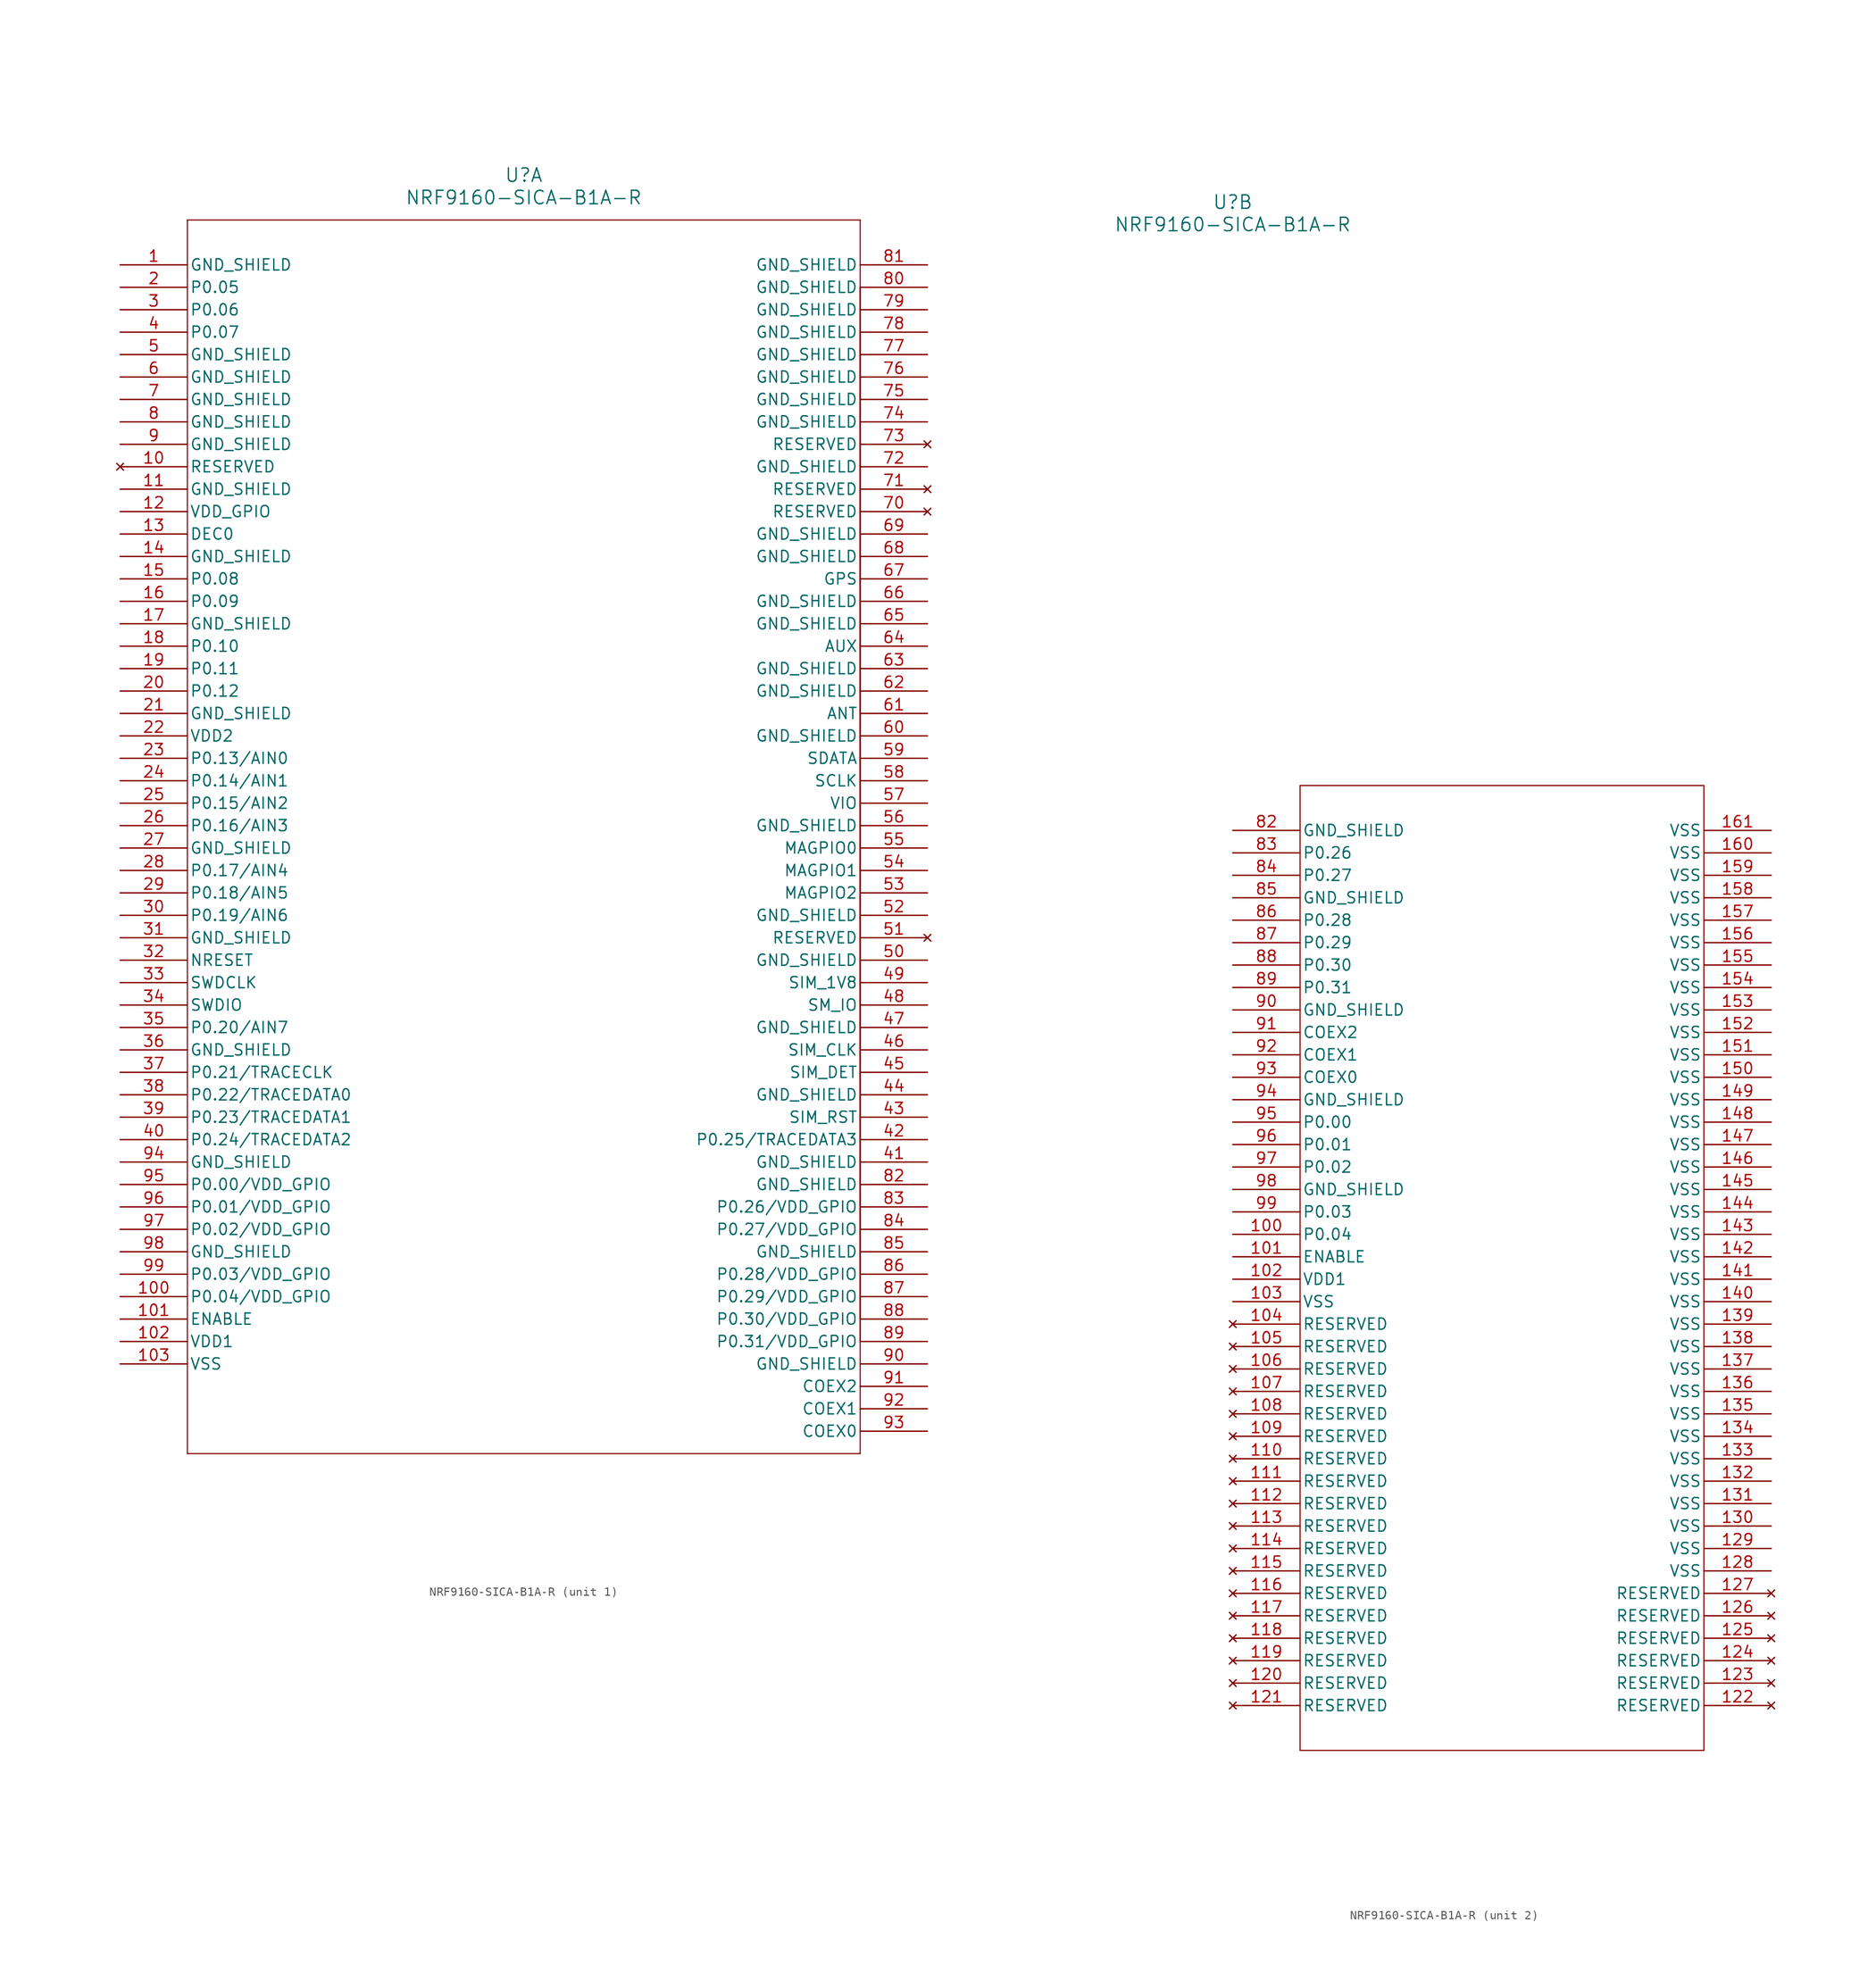
<source format=kicad_sym>
(kicad_symbol_lib
  (version 20220914)
  (generator kicad_symbol_editor)
  (symbol "NRF9160-SICA-B1A-R"
    (pin_names
      (offset 0.254))
    (property "Reference" "U"
      (at 0 71.12 0)
      (effects (font (size 1.524 1.524))))
    (property "Value" "NRF9160-SICA-B1A-R"
      (at 0 68.58 0)
      (effects (font (size 1.524 1.524))))
    (property "ki_locked" ""
      (at 0 0 0)
      (effects (font (size 1.27 1.27))))
    (symbol "NRF9160-SICA-B1A-R_1_1"
      (polyline (pts (xy -38.1 -73.66) (xy 38.1 -73.66)) (stroke (width 0.127) (type default)) (fill (type none)))
      (polyline (pts (xy -38.1 66.04) (xy -38.1 -73.66)) (stroke (width 0.127) (type default)) (fill (type none)))
      (polyline (pts (xy 38.1 -73.66) (xy 38.1 45.72)) (stroke (width 0.127) (type default)) (fill (type none)))
      (polyline (pts (xy 38.1 -60.96) (xy 38.1 50.8)) (stroke (width 0.127) (type default)) (fill (type none)))
      (polyline (pts (xy 38.1 -58.42) (xy 38.1 53.34)) (stroke (width 0.127) (type default)) (fill (type none)))
      (polyline (pts (xy 38.1 -58.42) (xy 38.1 53.34)) (stroke (width 0.127) (type default)) (fill (type none)))
      (polyline (pts (xy 38.1 -53.34) (xy 38.1 58.42)) (stroke (width 0.127) (type default)) (fill (type none)))
      (polyline (pts (xy 38.1 -53.34) (xy 38.1 58.42)) (stroke (width 0.127) (type default)) (fill (type none)))
      (polyline (pts (xy 38.1 -45.72) (xy 38.1 66.04)) (stroke (width 0.127) (type default)) (fill (type none)))
      (polyline (pts (xy 38.1 66.04) (xy -38.1 66.04)) (stroke (width 0.127) (type default)) (fill (type none)))
      (pin power_out line (at -45.72 60.96 0) (length 7.62) (name "GND_SHIELD" (effects (font (size 1.27 1.27)))) (number "1" (effects (font (size 1.27 1.27)))))
      (pin no_connect line (at -45.72 38.1 0) (length 7.62) (name "RESERVED" (effects (font (size 1.27 1.27)))) (number "10" (effects (font (size 1.27 1.27)))))
      (pin bidirectional line (at -45.72 -55.88 0) (length 7.62) (name "P0.04/VDD_GPIO" (effects (font (size 1.27 1.27)))) (number "100" (effects (font (size 1.27 1.27)))))
      (pin bidirectional line (at -45.72 -58.42 0) (length 7.62) (name "ENABLE" (effects (font (size 1.27 1.27)))) (number "101" (effects (font (size 1.27 1.27)))))
      (pin bidirectional line (at -45.72 -60.96 0) (length 7.62) (name "VDD1" (effects (font (size 1.27 1.27)))) (number "102" (effects (font (size 1.27 1.27)))))
      (pin bidirectional line (at -45.72 -63.5 0) (length 7.62) (name "VSS" (effects (font (size 1.27 1.27)))) (number "103" (effects (font (size 1.27 1.27)))))
      (pin power_out line (at -45.72 35.56 0) (length 7.62) (name "GND_SHIELD" (effects (font (size 1.27 1.27)))) (number "11" (effects (font (size 1.27 1.27)))))
      (pin power_in line (at -45.72 33.02 0) (length 7.62) (name "VDD_GPIO" (effects (font (size 1.27 1.27)))) (number "12" (effects (font (size 1.27 1.27)))))
      (pin power_in line (at -45.72 30.48 0) (length 7.62) (name "DEC0" (effects (font (size 1.27 1.27)))) (number "13" (effects (font (size 1.27 1.27)))))
      (pin power_out line (at -45.72 27.94 0) (length 7.62) (name "GND_SHIELD" (effects (font (size 1.27 1.27)))) (number "14" (effects (font (size 1.27 1.27)))))
      (pin bidirectional line (at -45.72 25.4 0) (length 7.62) (name "P0.08" (effects (font (size 1.27 1.27)))) (number "15" (effects (font (size 1.27 1.27)))))
      (pin bidirectional line (at -45.72 22.86 0) (length 7.62) (name "P0.09" (effects (font (size 1.27 1.27)))) (number "16" (effects (font (size 1.27 1.27)))))
      (pin power_out line (at -45.72 20.32 0) (length 7.62) (name "GND_SHIELD" (effects (font (size 1.27 1.27)))) (number "17" (effects (font (size 1.27 1.27)))))
      (pin bidirectional line (at -45.72 17.78 0) (length 7.62) (name "P0.10" (effects (font (size 1.27 1.27)))) (number "18" (effects (font (size 1.27 1.27)))))
      (pin bidirectional line (at -45.72 15.24 0) (length 7.62) (name "P0.11" (effects (font (size 1.27 1.27)))) (number "19" (effects (font (size 1.27 1.27)))))
      (pin bidirectional line (at -45.72 58.42 0) (length 7.62) (name "P0.05" (effects (font (size 1.27 1.27)))) (number "2" (effects (font (size 1.27 1.27)))))
      (pin bidirectional line (at -45.72 12.7 0) (length 7.62) (name "P0.12" (effects (font (size 1.27 1.27)))) (number "20" (effects (font (size 1.27 1.27)))))
      (pin power_out line (at -45.72 10.16 0) (length 7.62) (name "GND_SHIELD" (effects (font (size 1.27 1.27)))) (number "21" (effects (font (size 1.27 1.27)))))
      (pin power_in line (at -45.72 7.62 0) (length 7.62) (name "VDD2" (effects (font (size 1.27 1.27)))) (number "22" (effects (font (size 1.27 1.27)))))
      (pin bidirectional line (at -45.72 5.08 0) (length 7.62) (name "P0.13/AIN0" (effects (font (size 1.27 1.27)))) (number "23" (effects (font (size 1.27 1.27)))))
      (pin bidirectional line (at -45.72 2.54 0) (length 7.62) (name "P0.14/AIN1" (effects (font (size 1.27 1.27)))) (number "24" (effects (font (size 1.27 1.27)))))
      (pin bidirectional line (at -45.72 0 0) (length 7.62) (name "P0.15/AIN2" (effects (font (size 1.27 1.27)))) (number "25" (effects (font (size 1.27 1.27)))))
      (pin bidirectional line (at -45.72 -2.54 0) (length 7.62) (name "P0.16/AIN3" (effects (font (size 1.27 1.27)))) (number "26" (effects (font (size 1.27 1.27)))))
      (pin power_out line (at -45.72 -5.08 0) (length 7.62) (name "GND_SHIELD" (effects (font (size 1.27 1.27)))) (number "27" (effects (font (size 1.27 1.27)))))
      (pin bidirectional line (at -45.72 -7.62 0) (length 7.62) (name "P0.17/AIN4" (effects (font (size 1.27 1.27)))) (number "28" (effects (font (size 1.27 1.27)))))
      (pin bidirectional line (at -45.72 -10.16 0) (length 7.62) (name "P0.18/AIN5" (effects (font (size 1.27 1.27)))) (number "29" (effects (font (size 1.27 1.27)))))
      (pin bidirectional line (at -45.72 55.88 0) (length 7.62) (name "P0.06" (effects (font (size 1.27 1.27)))) (number "3" (effects (font (size 1.27 1.27)))))
      (pin bidirectional line (at -45.72 -12.7 0) (length 7.62) (name "P0.19/AIN6" (effects (font (size 1.27 1.27)))) (number "30" (effects (font (size 1.27 1.27)))))
      (pin power_out line (at -45.72 -15.24 0) (length 7.62) (name "GND_SHIELD" (effects (font (size 1.27 1.27)))) (number "31" (effects (font (size 1.27 1.27)))))
      (pin bidirectional line (at -45.72 -17.78 0) (length 7.62) (name "NRESET" (effects (font (size 1.27 1.27)))) (number "32" (effects (font (size 1.27 1.27)))))
      (pin input line (at -45.72 -20.32 0) (length 7.62) (name "SWDCLK" (effects (font (size 1.27 1.27)))) (number "33" (effects (font (size 1.27 1.27)))))
      (pin bidirectional line (at -45.72 -22.86 0) (length 7.62) (name "SWDIO" (effects (font (size 1.27 1.27)))) (number "34" (effects (font (size 1.27 1.27)))))
      (pin bidirectional line (at -45.72 -25.4 0) (length 7.62) (name "P0.20/AIN7" (effects (font (size 1.27 1.27)))) (number "35" (effects (font (size 1.27 1.27)))))
      (pin power_out line (at -45.72 -27.94 0) (length 7.62) (name "GND_SHIELD" (effects (font (size 1.27 1.27)))) (number "36" (effects (font (size 1.27 1.27)))))
      (pin bidirectional line (at -45.72 -30.48 0) (length 7.62) (name "P0.21/TRACECLK" (effects (font (size 1.27 1.27)))) (number "37" (effects (font (size 1.27 1.27)))))
      (pin bidirectional line (at -45.72 -33.02 0) (length 7.62) (name "P0.22/TRACEDATA0" (effects (font (size 1.27 1.27)))) (number "38" (effects (font (size 1.27 1.27)))))
      (pin bidirectional line (at -45.72 -35.56 0) (length 7.62) (name "P0.23/TRACEDATA1" (effects (font (size 1.27 1.27)))) (number "39" (effects (font (size 1.27 1.27)))))
      (pin bidirectional line (at -45.72 53.34 0) (length 7.62) (name "P0.07" (effects (font (size 1.27 1.27)))) (number "4" (effects (font (size 1.27 1.27)))))
      (pin bidirectional line (at -45.72 -38.1 0) (length 7.62) (name "P0.24/TRACEDATA2" (effects (font (size 1.27 1.27)))) (number "40" (effects (font (size 1.27 1.27)))))
      (pin power_out line (at 45.72 -40.64 180) (length 7.62) (name "GND_SHIELD" (effects (font (size 1.27 1.27)))) (number "41" (effects (font (size 1.27 1.27)))))
      (pin bidirectional line (at 45.72 -38.1 180) (length 7.62) (name "P0.25/TRACEDATA3" (effects (font (size 1.27 1.27)))) (number "42" (effects (font (size 1.27 1.27)))))
      (pin bidirectional line (at 45.72 -35.56 180) (length 7.62) (name "SIM_RST" (effects (font (size 1.27 1.27)))) (number "43" (effects (font (size 1.27 1.27)))))
      (pin power_out line (at 45.72 -33.02 180) (length 7.62) (name "GND_SHIELD" (effects (font (size 1.27 1.27)))) (number "44" (effects (font (size 1.27 1.27)))))
      (pin bidirectional line (at 45.72 -30.48 180) (length 7.62) (name "SIM_DET" (effects (font (size 1.27 1.27)))) (number "45" (effects (font (size 1.27 1.27)))))
      (pin bidirectional line (at 45.72 -27.94 180) (length 7.62) (name "SIM_CLK" (effects (font (size 1.27 1.27)))) (number "46" (effects (font (size 1.27 1.27)))))
      (pin power_out line (at 45.72 -25.4 180) (length 7.62) (name "GND_SHIELD" (effects (font (size 1.27 1.27)))) (number "47" (effects (font (size 1.27 1.27)))))
      (pin bidirectional line (at 45.72 -22.86 180) (length 7.62) (name "SM_IO" (effects (font (size 1.27 1.27)))) (number "48" (effects (font (size 1.27 1.27)))))
      (pin power_in line (at 45.72 -20.32 180) (length 7.62) (name "SIM_1V8" (effects (font (size 1.27 1.27)))) (number "49" (effects (font (size 1.27 1.27)))))
      (pin power_out line (at -45.72 50.8 0) (length 7.62) (name "GND_SHIELD" (effects (font (size 1.27 1.27)))) (number "5" (effects (font (size 1.27 1.27)))))
      (pin power_out line (at 45.72 -17.78 180) (length 7.62) (name "GND_SHIELD" (effects (font (size 1.27 1.27)))) (number "50" (effects (font (size 1.27 1.27)))))
      (pin no_connect line (at 45.72 -15.24 180) (length 7.62) (name "RESERVED" (effects (font (size 1.27 1.27)))) (number "51" (effects (font (size 1.27 1.27)))))
      (pin power_out line (at 45.72 -12.7 180) (length 7.62) (name "GND_SHIELD" (effects (font (size 1.27 1.27)))) (number "52" (effects (font (size 1.27 1.27)))))
      (pin bidirectional line (at 45.72 -10.16 180) (length 7.62) (name "MAGPIO2" (effects (font (size 1.27 1.27)))) (number "53" (effects (font (size 1.27 1.27)))))
      (pin bidirectional line (at 45.72 -7.62 180) (length 7.62) (name "MAGPIO1" (effects (font (size 1.27 1.27)))) (number "54" (effects (font (size 1.27 1.27)))))
      (pin bidirectional line (at 45.72 -5.08 180) (length 7.62) (name "MAGPIO0" (effects (font (size 1.27 1.27)))) (number "55" (effects (font (size 1.27 1.27)))))
      (pin power_out line (at 45.72 -2.54 180) (length 7.62) (name "GND_SHIELD" (effects (font (size 1.27 1.27)))) (number "56" (effects (font (size 1.27 1.27)))))
      (pin power_in line (at 45.72 0 180) (length 7.62) (name "VIO" (effects (font (size 1.27 1.27)))) (number "57" (effects (font (size 1.27 1.27)))))
      (pin bidirectional line (at 45.72 2.54 180) (length 7.62) (name "SCLK" (effects (font (size 1.27 1.27)))) (number "58" (effects (font (size 1.27 1.27)))))
      (pin bidirectional line (at 45.72 5.08 180) (length 7.62) (name "SDATA" (effects (font (size 1.27 1.27)))) (number "59" (effects (font (size 1.27 1.27)))))
      (pin power_out line (at -45.72 48.26 0) (length 7.62) (name "GND_SHIELD" (effects (font (size 1.27 1.27)))) (number "6" (effects (font (size 1.27 1.27)))))
      (pin power_out line (at 45.72 7.62 180) (length 7.62) (name "GND_SHIELD" (effects (font (size 1.27 1.27)))) (number "60" (effects (font (size 1.27 1.27)))))
      (pin unspecified line (at 45.72 10.16 180) (length 7.62) (name "ANT" (effects (font (size 1.27 1.27)))) (number "61" (effects (font (size 1.27 1.27)))))
      (pin power_out line (at 45.72 12.7 180) (length 7.62) (name "GND_SHIELD" (effects (font (size 1.27 1.27)))) (number "62" (effects (font (size 1.27 1.27)))))
      (pin power_out line (at 45.72 15.24 180) (length 7.62) (name "GND_SHIELD" (effects (font (size 1.27 1.27)))) (number "63" (effects (font (size 1.27 1.27)))))
      (pin unspecified line (at 45.72 17.78 180) (length 7.62) (name "AUX" (effects (font (size 1.27 1.27)))) (number "64" (effects (font (size 1.27 1.27)))))
      (pin power_out line (at 45.72 20.32 180) (length 7.62) (name "GND_SHIELD" (effects (font (size 1.27 1.27)))) (number "65" (effects (font (size 1.27 1.27)))))
      (pin power_out line (at 45.72 22.86 180) (length 7.62) (name "GND_SHIELD" (effects (font (size 1.27 1.27)))) (number "66" (effects (font (size 1.27 1.27)))))
      (pin unspecified line (at 45.72 25.4 180) (length 7.62) (name "GPS" (effects (font (size 1.27 1.27)))) (number "67" (effects (font (size 1.27 1.27)))))
      (pin power_out line (at 45.72 27.94 180) (length 7.62) (name "GND_SHIELD" (effects (font (size 1.27 1.27)))) (number "68" (effects (font (size 1.27 1.27)))))
      (pin power_out line (at 45.72 30.48 180) (length 7.62) (name "GND_SHIELD" (effects (font (size 1.27 1.27)))) (number "69" (effects (font (size 1.27 1.27)))))
      (pin power_out line (at -45.72 45.72 0) (length 7.62) (name "GND_SHIELD" (effects (font (size 1.27 1.27)))) (number "7" (effects (font (size 1.27 1.27)))))
      (pin no_connect line (at 45.72 33.02 180) (length 7.62) (name "RESERVED" (effects (font (size 1.27 1.27)))) (number "70" (effects (font (size 1.27 1.27)))))
      (pin no_connect line (at 45.72 35.56 180) (length 7.62) (name "RESERVED" (effects (font (size 1.27 1.27)))) (number "71" (effects (font (size 1.27 1.27)))))
      (pin power_out line (at 45.72 38.1 180) (length 7.62) (name "GND_SHIELD" (effects (font (size 1.27 1.27)))) (number "72" (effects (font (size 1.27 1.27)))))
      (pin no_connect line (at 45.72 40.64 180) (length 7.62) (name "RESERVED" (effects (font (size 1.27 1.27)))) (number "73" (effects (font (size 1.27 1.27)))))
      (pin power_out line (at 45.72 43.18 180) (length 7.62) (name "GND_SHIELD" (effects (font (size 1.27 1.27)))) (number "74" (effects (font (size 1.27 1.27)))))
      (pin power_out line (at 45.72 45.72 180) (length 7.62) (name "GND_SHIELD" (effects (font (size 1.27 1.27)))) (number "75" (effects (font (size 1.27 1.27)))))
      (pin power_out line (at 45.72 48.26 180) (length 7.62) (name "GND_SHIELD" (effects (font (size 1.27 1.27)))) (number "76" (effects (font (size 1.27 1.27)))))
      (pin power_out line (at 45.72 50.8 180) (length 7.62) (name "GND_SHIELD" (effects (font (size 1.27 1.27)))) (number "77" (effects (font (size 1.27 1.27)))))
      (pin power_out line (at 45.72 53.34 180) (length 7.62) (name "GND_SHIELD" (effects (font (size 1.27 1.27)))) (number "78" (effects (font (size 1.27 1.27)))))
      (pin power_out line (at 45.72 55.88 180) (length 7.62) (name "GND_SHIELD" (effects (font (size 1.27 1.27)))) (number "79" (effects (font (size 1.27 1.27)))))
      (pin power_out line (at -45.72 43.18 0) (length 7.62) (name "GND_SHIELD" (effects (font (size 1.27 1.27)))) (number "8" (effects (font (size 1.27 1.27)))))
      (pin power_out line (at 45.72 58.42 180) (length 7.62) (name "GND_SHIELD" (effects (font (size 1.27 1.27)))) (number "80" (effects (font (size 1.27 1.27)))))
      (pin power_out line (at 45.72 60.96 180) (length 7.62) (name "GND_SHIELD" (effects (font (size 1.27 1.27)))) (number "81" (effects (font (size 1.27 1.27)))))
      (pin power_out line (at 45.72 -43.18 180) (length 7.62) (name "GND_SHIELD" (effects (font (size 1.27 1.27)))) (number "82" (effects (font (size 1.27 1.27)))))
      (pin bidirectional line (at 45.72 -45.72 180) (length 7.62) (name "P0.26/VDD_GPIO" (effects (font (size 1.27 1.27)))) (number "83" (effects (font (size 1.27 1.27)))))
      (pin bidirectional line (at 45.72 -48.26 180) (length 7.62) (name "P0.27/VDD_GPIO" (effects (font (size 1.27 1.27)))) (number "84" (effects (font (size 1.27 1.27)))))
      (pin power_out line (at 45.72 -50.8 180) (length 7.62) (name "GND_SHIELD" (effects (font (size 1.27 1.27)))) (number "85" (effects (font (size 1.27 1.27)))))
      (pin bidirectional line (at 45.72 -53.34 180) (length 7.62) (name "P0.28/VDD_GPIO" (effects (font (size 1.27 1.27)))) (number "86" (effects (font (size 1.27 1.27)))))
      (pin bidirectional line (at 45.72 -55.88 180) (length 7.62) (name "P0.29/VDD_GPIO" (effects (font (size 1.27 1.27)))) (number "87" (effects (font (size 1.27 1.27)))))
      (pin bidirectional line (at 45.72 -58.42 180) (length 7.62) (name "P0.30/VDD_GPIO" (effects (font (size 1.27 1.27)))) (number "88" (effects (font (size 1.27 1.27)))))
      (pin bidirectional line (at 45.72 -60.96 180) (length 7.62) (name "P0.31/VDD_GPIO" (effects (font (size 1.27 1.27)))) (number "89" (effects (font (size 1.27 1.27)))))
      (pin power_out line (at -45.72 40.64 0) (length 7.62) (name "GND_SHIELD" (effects (font (size 1.27 1.27)))) (number "9" (effects (font (size 1.27 1.27)))))
      (pin power_out line (at 45.72 -63.5 180) (length 7.62) (name "GND_SHIELD" (effects (font (size 1.27 1.27)))) (number "90" (effects (font (size 1.27 1.27)))))
      (pin bidirectional line (at 45.72 -66.04 180) (length 7.62) (name "COEX2" (effects (font (size 1.27 1.27)))) (number "91" (effects (font (size 1.27 1.27)))))
      (pin bidirectional line (at 45.72 -68.58 180) (length 7.62) (name "COEX1" (effects (font (size 1.27 1.27)))) (number "92" (effects (font (size 1.27 1.27)))))
      (pin bidirectional line (at 45.72 -71.12 180) (length 7.62) (name "COEX0" (effects (font (size 1.27 1.27)))) (number "93" (effects (font (size 1.27 1.27)))))
      (pin power_out line (at -45.72 -40.64 0) (length 7.62) (name "GND_SHIELD" (effects (font (size 1.27 1.27)))) (number "94" (effects (font (size 1.27 1.27)))))
      (pin bidirectional line (at -45.72 -43.18 0) (length 7.62) (name "P0.00/VDD_GPIO" (effects (font (size 1.27 1.27)))) (number "95" (effects (font (size 1.27 1.27)))))
      (pin bidirectional line (at -45.72 -45.72 0) (length 7.62) (name "P0.01/VDD_GPIO" (effects (font (size 1.27 1.27)))) (number "96" (effects (font (size 1.27 1.27)))))
      (pin bidirectional line (at -45.72 -48.26 0) (length 7.62) (name "P0.02/VDD_GPIO" (effects (font (size 1.27 1.27)))) (number "97" (effects (font (size 1.27 1.27)))))
      (pin power_out line (at -45.72 -50.8 0) (length 7.62) (name "GND_SHIELD" (effects (font (size 1.27 1.27)))) (number "98" (effects (font (size 1.27 1.27)))))
      (pin bidirectional line (at -45.72 -53.34 0) (length 7.62) (name "P0.03/VDD_GPIO" (effects (font (size 1.27 1.27)))) (number "99" (effects (font (size 1.27 1.27))))))
    (symbol "NRF9160-SICA-B1A-R_2_1"
      (polyline (pts (xy 7.62 -104.14) (xy 53.34 -104.14)) (stroke (width 0.127) (type default)) (fill (type none)))
      (polyline (pts (xy 7.62 5.08) (xy 7.62 -104.14)) (stroke (width 0.127) (type default)) (fill (type none)))
      (polyline (pts (xy 53.34 -104.14) (xy 53.34 5.08)) (stroke (width 0.127) (type default)) (fill (type none)))
      (polyline (pts (xy 53.34 5.08) (xy 7.62 5.08)) (stroke (width 0.127) (type default)) (fill (type none)))
      (pin bidirectional line (at 0 -45.72 0) (length 7.62) (name "P0.04" (effects (font (size 1.27 1.27)))) (number "100" (effects (font (size 1.27 1.27)))))
      (pin input line (at 0 -48.26 0) (length 7.62) (name "ENABLE" (effects (font (size 1.27 1.27)))) (number "101" (effects (font (size 1.27 1.27)))))
      (pin power_in line (at 0 -50.8 0) (length 7.62) (name "VDD1" (effects (font (size 1.27 1.27)))) (number "102" (effects (font (size 1.27 1.27)))))
      (pin power_out line (at 0 -53.34 0) (length 7.62) (name "VSS" (effects (font (size 1.27 1.27)))) (number "103" (effects (font (size 1.27 1.27)))))
      (pin no_connect line (at 0 -55.88 0) (length 7.62) (name "RESERVED" (effects (font (size 1.27 1.27)))) (number "104" (effects (font (size 1.27 1.27)))))
      (pin no_connect line (at 0 -58.42 0) (length 7.62) (name "RESERVED" (effects (font (size 1.27 1.27)))) (number "105" (effects (font (size 1.27 1.27)))))
      (pin no_connect line (at 0 -60.96 0) (length 7.62) (name "RESERVED" (effects (font (size 1.27 1.27)))) (number "106" (effects (font (size 1.27 1.27)))))
      (pin no_connect line (at 0 -63.5 0) (length 7.62) (name "RESERVED" (effects (font (size 1.27 1.27)))) (number "107" (effects (font (size 1.27 1.27)))))
      (pin no_connect line (at 0 -66.04 0) (length 7.62) (name "RESERVED" (effects (font (size 1.27 1.27)))) (number "108" (effects (font (size 1.27 1.27)))))
      (pin no_connect line (at 0 -68.58 0) (length 7.62) (name "RESERVED" (effects (font (size 1.27 1.27)))) (number "109" (effects (font (size 1.27 1.27)))))
      (pin no_connect line (at 0 -71.12 0) (length 7.62) (name "RESERVED" (effects (font (size 1.27 1.27)))) (number "110" (effects (font (size 1.27 1.27)))))
      (pin no_connect line (at 0 -73.66 0) (length 7.62) (name "RESERVED" (effects (font (size 1.27 1.27)))) (number "111" (effects (font (size 1.27 1.27)))))
      (pin no_connect line (at 0 -76.2 0) (length 7.62) (name "RESERVED" (effects (font (size 1.27 1.27)))) (number "112" (effects (font (size 1.27 1.27)))))
      (pin no_connect line (at 0 -78.74 0) (length 7.62) (name "RESERVED" (effects (font (size 1.27 1.27)))) (number "113" (effects (font (size 1.27 1.27)))))
      (pin no_connect line (at 0 -81.28 0) (length 7.62) (name "RESERVED" (effects (font (size 1.27 1.27)))) (number "114" (effects (font (size 1.27 1.27)))))
      (pin no_connect line (at 0 -83.82 0) (length 7.62) (name "RESERVED" (effects (font (size 1.27 1.27)))) (number "115" (effects (font (size 1.27 1.27)))))
      (pin no_connect line (at 0 -86.36 0) (length 7.62) (name "RESERVED" (effects (font (size 1.27 1.27)))) (number "116" (effects (font (size 1.27 1.27)))))
      (pin no_connect line (at 0 -88.9 0) (length 7.62) (name "RESERVED" (effects (font (size 1.27 1.27)))) (number "117" (effects (font (size 1.27 1.27)))))
      (pin no_connect line (at 0 -91.44 0) (length 7.62) (name "RESERVED" (effects (font (size 1.27 1.27)))) (number "118" (effects (font (size 1.27 1.27)))))
      (pin no_connect line (at 0 -93.98 0) (length 7.62) (name "RESERVED" (effects (font (size 1.27 1.27)))) (number "119" (effects (font (size 1.27 1.27)))))
      (pin no_connect line (at 0 -96.52 0) (length 7.62) (name "RESERVED" (effects (font (size 1.27 1.27)))) (number "120" (effects (font (size 1.27 1.27)))))
      (pin no_connect line (at 0 -99.06 0) (length 7.62) (name "RESERVED" (effects (font (size 1.27 1.27)))) (number "121" (effects (font (size 1.27 1.27)))))
      (pin no_connect line (at 60.96 -99.06 180) (length 7.62) (name "RESERVED" (effects (font (size 1.27 1.27)))) (number "122" (effects (font (size 1.27 1.27)))))
      (pin no_connect line (at 60.96 -96.52 180) (length 7.62) (name "RESERVED" (effects (font (size 1.27 1.27)))) (number "123" (effects (font (size 1.27 1.27)))))
      (pin no_connect line (at 60.96 -93.98 180) (length 7.62) (name "RESERVED" (effects (font (size 1.27 1.27)))) (number "124" (effects (font (size 1.27 1.27)))))
      (pin no_connect line (at 60.96 -91.44 180) (length 7.62) (name "RESERVED" (effects (font (size 1.27 1.27)))) (number "125" (effects (font (size 1.27 1.27)))))
      (pin no_connect line (at 60.96 -88.9 180) (length 7.62) (name "RESERVED" (effects (font (size 1.27 1.27)))) (number "126" (effects (font (size 1.27 1.27)))))
      (pin no_connect line (at 60.96 -86.36 180) (length 7.62) (name "RESERVED" (effects (font (size 1.27 1.27)))) (number "127" (effects (font (size 1.27 1.27)))))
      (pin power_out line (at 60.96 -83.82 180) (length 7.62) (name "VSS" (effects (font (size 1.27 1.27)))) (number "128" (effects (font (size 1.27 1.27)))))
      (pin power_out line (at 60.96 -81.28 180) (length 7.62) (name "VSS" (effects (font (size 1.27 1.27)))) (number "129" (effects (font (size 1.27 1.27)))))
      (pin power_out line (at 60.96 -78.74 180) (length 7.62) (name "VSS" (effects (font (size 1.27 1.27)))) (number "130" (effects (font (size 1.27 1.27)))))
      (pin power_out line (at 60.96 -76.2 180) (length 7.62) (name "VSS" (effects (font (size 1.27 1.27)))) (number "131" (effects (font (size 1.27 1.27)))))
      (pin power_out line (at 60.96 -73.66 180) (length 7.62) (name "VSS" (effects (font (size 1.27 1.27)))) (number "132" (effects (font (size 1.27 1.27)))))
      (pin power_out line (at 60.96 -71.12 180) (length 7.62) (name "VSS" (effects (font (size 1.27 1.27)))) (number "133" (effects (font (size 1.27 1.27)))))
      (pin power_out line (at 60.96 -68.58 180) (length 7.62) (name "VSS" (effects (font (size 1.27 1.27)))) (number "134" (effects (font (size 1.27 1.27)))))
      (pin power_out line (at 60.96 -66.04 180) (length 7.62) (name "VSS" (effects (font (size 1.27 1.27)))) (number "135" (effects (font (size 1.27 1.27)))))
      (pin power_out line (at 60.96 -63.5 180) (length 7.62) (name "VSS" (effects (font (size 1.27 1.27)))) (number "136" (effects (font (size 1.27 1.27)))))
      (pin power_out line (at 60.96 -60.96 180) (length 7.62) (name "VSS" (effects (font (size 1.27 1.27)))) (number "137" (effects (font (size 1.27 1.27)))))
      (pin power_out line (at 60.96 -58.42 180) (length 7.62) (name "VSS" (effects (font (size 1.27 1.27)))) (number "138" (effects (font (size 1.27 1.27)))))
      (pin power_out line (at 60.96 -55.88 180) (length 7.62) (name "VSS" (effects (font (size 1.27 1.27)))) (number "139" (effects (font (size 1.27 1.27)))))
      (pin power_out line (at 60.96 -53.34 180) (length 7.62) (name "VSS" (effects (font (size 1.27 1.27)))) (number "140" (effects (font (size 1.27 1.27)))))
      (pin power_out line (at 60.96 -50.8 180) (length 7.62) (name "VSS" (effects (font (size 1.27 1.27)))) (number "141" (effects (font (size 1.27 1.27)))))
      (pin power_out line (at 60.96 -48.26 180) (length 7.62) (name "VSS" (effects (font (size 1.27 1.27)))) (number "142" (effects (font (size 1.27 1.27)))))
      (pin power_out line (at 60.96 -45.72 180) (length 7.62) (name "VSS" (effects (font (size 1.27 1.27)))) (number "143" (effects (font (size 1.27 1.27)))))
      (pin power_out line (at 60.96 -43.18 180) (length 7.62) (name "VSS" (effects (font (size 1.27 1.27)))) (number "144" (effects (font (size 1.27 1.27)))))
      (pin power_out line (at 60.96 -40.64 180) (length 7.62) (name "VSS" (effects (font (size 1.27 1.27)))) (number "145" (effects (font (size 1.27 1.27)))))
      (pin power_out line (at 60.96 -38.1 180) (length 7.62) (name "VSS" (effects (font (size 1.27 1.27)))) (number "146" (effects (font (size 1.27 1.27)))))
      (pin power_out line (at 60.96 -35.56 180) (length 7.62) (name "VSS" (effects (font (size 1.27 1.27)))) (number "147" (effects (font (size 1.27 1.27)))))
      (pin power_out line (at 60.96 -33.02 180) (length 7.62) (name "VSS" (effects (font (size 1.27 1.27)))) (number "148" (effects (font (size 1.27 1.27)))))
      (pin power_out line (at 60.96 -30.48 180) (length 7.62) (name "VSS" (effects (font (size 1.27 1.27)))) (number "149" (effects (font (size 1.27 1.27)))))
      (pin power_out line (at 60.96 -27.94 180) (length 7.62) (name "VSS" (effects (font (size 1.27 1.27)))) (number "150" (effects (font (size 1.27 1.27)))))
      (pin power_out line (at 60.96 -25.4 180) (length 7.62) (name "VSS" (effects (font (size 1.27 1.27)))) (number "151" (effects (font (size 1.27 1.27)))))
      (pin power_out line (at 60.96 -22.86 180) (length 7.62) (name "VSS" (effects (font (size 1.27 1.27)))) (number "152" (effects (font (size 1.27 1.27)))))
      (pin power_out line (at 60.96 -20.32 180) (length 7.62) (name "VSS" (effects (font (size 1.27 1.27)))) (number "153" (effects (font (size 1.27 1.27)))))
      (pin power_out line (at 60.96 -17.78 180) (length 7.62) (name "VSS" (effects (font (size 1.27 1.27)))) (number "154" (effects (font (size 1.27 1.27)))))
      (pin power_out line (at 60.96 -15.24 180) (length 7.62) (name "VSS" (effects (font (size 1.27 1.27)))) (number "155" (effects (font (size 1.27 1.27)))))
      (pin power_out line (at 60.96 -12.7 180) (length 7.62) (name "VSS" (effects (font (size 1.27 1.27)))) (number "156" (effects (font (size 1.27 1.27)))))
      (pin power_out line (at 60.96 -10.16 180) (length 7.62) (name "VSS" (effects (font (size 1.27 1.27)))) (number "157" (effects (font (size 1.27 1.27)))))
      (pin power_out line (at 60.96 -7.62 180) (length 7.62) (name "VSS" (effects (font (size 1.27 1.27)))) (number "158" (effects (font (size 1.27 1.27)))))
      (pin power_out line (at 60.96 -5.08 180) (length 7.62) (name "VSS" (effects (font (size 1.27 1.27)))) (number "159" (effects (font (size 1.27 1.27)))))
      (pin power_out line (at 60.96 -2.54 180) (length 7.62) (name "VSS" (effects (font (size 1.27 1.27)))) (number "160" (effects (font (size 1.27 1.27)))))
      (pin power_out line (at 60.96 0 180) (length 7.62) (name "VSS" (effects (font (size 1.27 1.27)))) (number "161" (effects (font (size 1.27 1.27)))))
      (pin power_out line (at 0 0 0) (length 7.62) (name "GND_SHIELD" (effects (font (size 1.27 1.27)))) (number "82" (effects (font (size 1.27 1.27)))))
      (pin bidirectional line (at 0 -2.54 0) (length 7.62) (name "P0.26" (effects (font (size 1.27 1.27)))) (number "83" (effects (font (size 1.27 1.27)))))
      (pin bidirectional line (at 0 -5.08 0) (length 7.62) (name "P0.27" (effects (font (size 1.27 1.27)))) (number "84" (effects (font (size 1.27 1.27)))))
      (pin power_out line (at 0 -7.62 0) (length 7.62) (name "GND_SHIELD" (effects (font (size 1.27 1.27)))) (number "85" (effects (font (size 1.27 1.27)))))
      (pin bidirectional line (at 0 -10.16 0) (length 7.62) (name "P0.28" (effects (font (size 1.27 1.27)))) (number "86" (effects (font (size 1.27 1.27)))))
      (pin bidirectional line (at 0 -12.7 0) (length 7.62) (name "P0.29" (effects (font (size 1.27 1.27)))) (number "87" (effects (font (size 1.27 1.27)))))
      (pin bidirectional line (at 0 -15.24 0) (length 7.62) (name "P0.30" (effects (font (size 1.27 1.27)))) (number "88" (effects (font (size 1.27 1.27)))))
      (pin bidirectional line (at 0 -17.78 0) (length 7.62) (name "P0.31" (effects (font (size 1.27 1.27)))) (number "89" (effects (font (size 1.27 1.27)))))
      (pin power_out line (at 0 -20.32 0) (length 7.62) (name "GND_SHIELD" (effects (font (size 1.27 1.27)))) (number "90" (effects (font (size 1.27 1.27)))))
      (pin bidirectional line (at 0 -22.86 0) (length 7.62) (name "COEX2" (effects (font (size 1.27 1.27)))) (number "91" (effects (font (size 1.27 1.27)))))
      (pin bidirectional line (at 0 -25.4 0) (length 7.62) (name "COEX1" (effects (font (size 1.27 1.27)))) (number "92" (effects (font (size 1.27 1.27)))))
      (pin bidirectional line (at 0 -27.94 0) (length 7.62) (name "COEX0" (effects (font (size 1.27 1.27)))) (number "93" (effects (font (size 1.27 1.27)))))
      (pin power_out line (at 0 -30.48 0) (length 7.62) (name "GND_SHIELD" (effects (font (size 1.27 1.27)))) (number "94" (effects (font (size 1.27 1.27)))))
      (pin bidirectional line (at 0 -33.02 0) (length 7.62) (name "P0.00" (effects (font (size 1.27 1.27)))) (number "95" (effects (font (size 1.27 1.27)))))
      (pin bidirectional line (at 0 -35.56 0) (length 7.62) (name "P0.01" (effects (font (size 1.27 1.27)))) (number "96" (effects (font (size 1.27 1.27)))))
      (pin bidirectional line (at 0 -38.1 0) (length 7.62) (name "P0.02" (effects (font (size 1.27 1.27)))) (number "97" (effects (font (size 1.27 1.27)))))
      (pin power_out line (at 0 -40.64 0) (length 7.62) (name "GND_SHIELD" (effects (font (size 1.27 1.27)))) (number "98" (effects (font (size 1.27 1.27)))))
      (pin bidirectional line (at 0 -43.18 0) (length 7.62) (name "P0.03" (effects (font (size 1.27 1.27)))) (number "99" (effects (font (size 1.27 1.27))))))))
</source>
